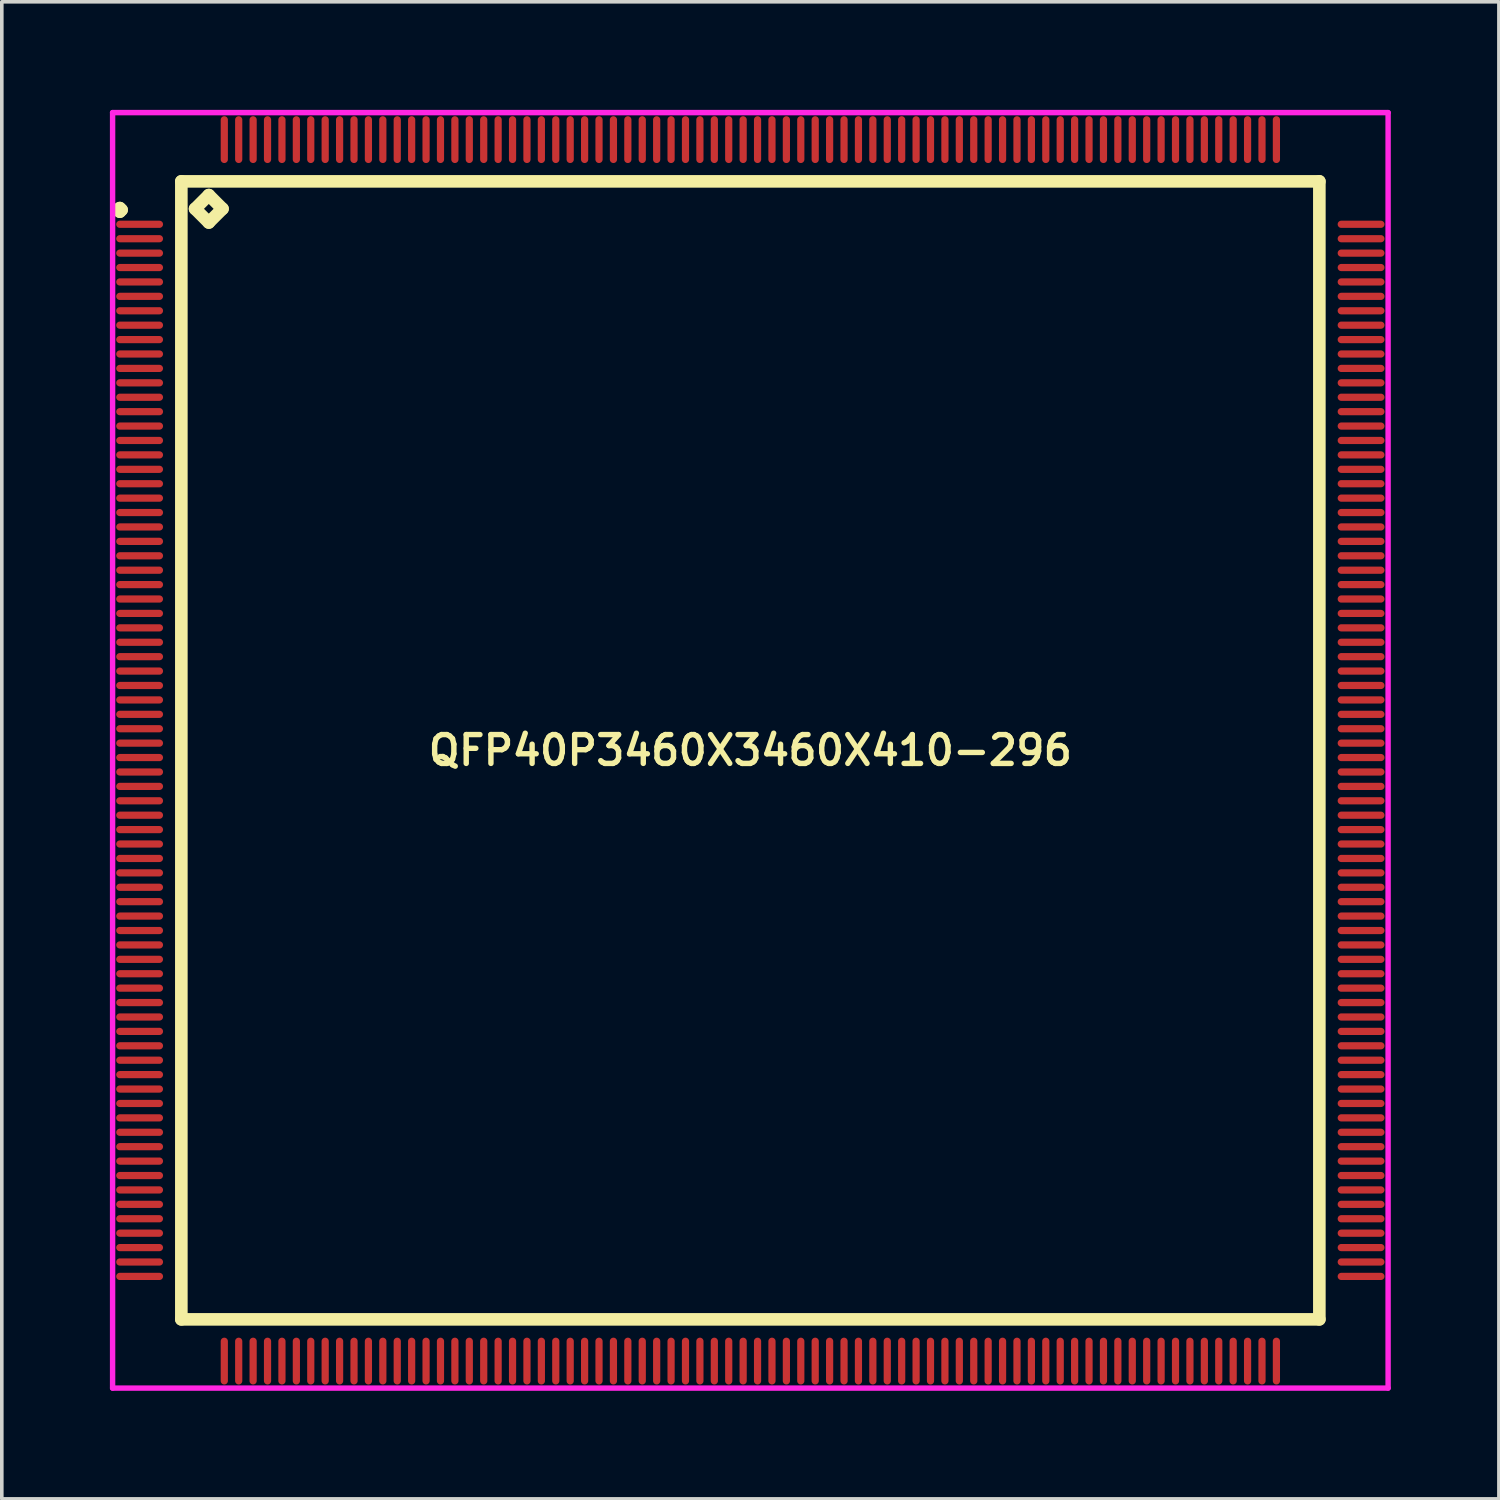
<source format=kicad_pcb>
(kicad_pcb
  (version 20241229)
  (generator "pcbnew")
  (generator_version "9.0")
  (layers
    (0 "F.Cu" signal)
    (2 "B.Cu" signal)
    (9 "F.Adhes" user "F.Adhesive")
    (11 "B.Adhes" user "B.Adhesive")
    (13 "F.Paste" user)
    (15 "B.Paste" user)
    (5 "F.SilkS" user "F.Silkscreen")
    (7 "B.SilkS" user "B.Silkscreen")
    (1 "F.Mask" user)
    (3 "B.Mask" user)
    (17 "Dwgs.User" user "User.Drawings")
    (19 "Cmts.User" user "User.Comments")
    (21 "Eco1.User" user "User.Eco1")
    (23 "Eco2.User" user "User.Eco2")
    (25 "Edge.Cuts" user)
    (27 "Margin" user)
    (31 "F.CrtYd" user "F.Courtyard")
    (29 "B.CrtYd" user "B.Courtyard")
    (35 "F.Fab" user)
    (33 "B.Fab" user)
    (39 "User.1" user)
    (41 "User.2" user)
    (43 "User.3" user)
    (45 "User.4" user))
  (footprint "QFP40P3460X3460X410-296"
    (layer "F.Cu")
    (at 17.775 17.775)
    (property "Reference" "QFP40P3460X3460X410-296" (at 0 0 0) (layer "F.SilkS") (effects (font (size 0.8 0.8) (thickness 0.15))))
    (attr through_hole)
    (fp_line (start -17.55 -15) (end -17.5 -15.05) (stroke (width 0.35) (type solid)) (layer "F.SilkS"))
    (fp_line (start -17.5 -15.05) (end -17.45 -15) (stroke (width 0.35) (type solid)) (layer "F.SilkS"))
    (fp_line (start -17.5 -14.95) (end -17.55 -15) (stroke (width 0.35) (type solid)) (layer "F.SilkS"))
    (fp_line (start -17.45 -15) (end -17.5 -14.95) (stroke (width 0.35) (type solid)) (layer "F.SilkS"))
    (fp_line (start -15.792 -15.792) (end -15.792 15.792) (stroke (width 0.35) (type solid)) (layer "F.SilkS"))
    (fp_line (start -15.792 15.792) (end 15.792 15.792) (stroke (width 0.35) (type solid)) (layer "F.SilkS"))
    (fp_line (start -15.411 -15.03) (end -15.03 -15.411) (stroke (width 0.35) (type solid)) (layer "F.SilkS"))
    (fp_line (start -15.03 -15.411) (end -14.649 -15.03) (stroke (width 0.35) (type solid)) (layer "F.SilkS"))
    (fp_line (start -15.03 -14.649) (end -15.411 -15.03) (stroke (width 0.35) (type solid)) (layer "F.SilkS"))
    (fp_line (start -14.649 -15.03) (end -15.03 -14.649) (stroke (width 0.35) (type solid)) (layer "F.SilkS"))
    (fp_line (start 15.792 -15.792) (end -15.792 -15.792) (stroke (width 0.35) (type solid)) (layer "F.SilkS"))
    (fp_line (start 15.792 15.792) (end 15.792 -15.792) (stroke (width 0.35) (type solid)) (layer "F.SilkS"))
    (fp_line (start -17.7 -17.7) (end 17.7 -17.7) (stroke (width 0.15) (type solid)) (layer "F.CrtYd"))
    (fp_line (start -17.7 17.7) (end -17.7 -17.7) (stroke (width 0.15) (type solid)) (layer "F.CrtYd"))
    (fp_line (start 17.7 -17.7) (end 17.7 17.7) (stroke (width 0.15) (type solid)) (layer "F.CrtYd"))
    (fp_line (start 17.7 17.7) (end -17.7 17.7) (stroke (width 0.15) (type solid)) (layer "F.CrtYd"))
    (pad "1" smd oval (at -16.95 -14.6) (size 1.3 0.2) (layers "F.Cu" "F.Mask" "F.Paste"))
    (pad "2" smd oval (at -16.95 -14.2) (size 1.3 0.2) (layers "F.Cu" "F.Mask" "F.Paste"))
    (pad "3" smd oval (at -16.95 -13.8) (size 1.3 0.2) (layers "F.Cu" "F.Mask" "F.Paste"))
    (pad "4" smd oval (at -16.95 -13.4) (size 1.3 0.2) (layers "F.Cu" "F.Mask" "F.Paste"))
    (pad "5" smd oval (at -16.95 -13) (size 1.3 0.2) (layers "F.Cu" "F.Mask" "F.Paste"))
    (pad "6" smd oval (at -16.95 -12.6) (size 1.3 0.2) (layers "F.Cu" "F.Mask" "F.Paste"))
    (pad "7" smd oval (at -16.95 -12.2) (size 1.3 0.2) (layers "F.Cu" "F.Mask" "F.Paste"))
    (pad "8" smd oval (at -16.95 -11.8) (size 1.3 0.2) (layers "F.Cu" "F.Mask" "F.Paste"))
    (pad "9" smd oval (at -16.95 -11.4) (size 1.3 0.2) (layers "F.Cu" "F.Mask" "F.Paste"))
    (pad "10" smd oval (at -16.95 -11) (size 1.3 0.2) (layers "F.Cu" "F.Mask" "F.Paste"))
    (pad "11" smd oval (at -16.95 -10.6) (size 1.3 0.2) (layers "F.Cu" "F.Mask" "F.Paste"))
    (pad "12" smd oval (at -16.95 -10.2) (size 1.3 0.2) (layers "F.Cu" "F.Mask" "F.Paste"))
    (pad "13" smd oval (at -16.95 -9.8) (size 1.3 0.2) (layers "F.Cu" "F.Mask" "F.Paste"))
    (pad "14" smd oval (at -16.95 -9.4) (size 1.3 0.2) (layers "F.Cu" "F.Mask" "F.Paste"))
    (pad "15" smd oval (at -16.95 -9) (size 1.3 0.2) (layers "F.Cu" "F.Mask" "F.Paste"))
    (pad "16" smd oval (at -16.95 -8.6) (size 1.3 0.2) (layers "F.Cu" "F.Mask" "F.Paste"))
    (pad "17" smd oval (at -16.95 -8.2) (size 1.3 0.2) (layers "F.Cu" "F.Mask" "F.Paste"))
    (pad "18" smd oval (at -16.95 -7.8) (size 1.3 0.2) (layers "F.Cu" "F.Mask" "F.Paste"))
    (pad "19" smd oval (at -16.95 -7.4) (size 1.3 0.2) (layers "F.Cu" "F.Mask" "F.Paste"))
    (pad "20" smd oval (at -16.95 -7) (size 1.3 0.2) (layers "F.Cu" "F.Mask" "F.Paste"))
    (pad "21" smd oval (at -16.95 -6.6) (size 1.3 0.2) (layers "F.Cu" "F.Mask" "F.Paste"))
    (pad "22" smd oval (at -16.95 -6.2) (size 1.3 0.2) (layers "F.Cu" "F.Mask" "F.Paste"))
    (pad "23" smd oval (at -16.95 -5.8) (size 1.3 0.2) (layers "F.Cu" "F.Mask" "F.Paste"))
    (pad "24" smd oval (at -16.95 -5.4) (size 1.3 0.2) (layers "F.Cu" "F.Mask" "F.Paste"))
    (pad "25" smd oval (at -16.95 -5) (size 1.3 0.2) (layers "F.Cu" "F.Mask" "F.Paste"))
    (pad "26" smd oval (at -16.95 -4.6) (size 1.3 0.2) (layers "F.Cu" "F.Mask" "F.Paste"))
    (pad "27" smd oval (at -16.95 -4.2) (size 1.3 0.2) (layers "F.Cu" "F.Mask" "F.Paste"))
    (pad "28" smd oval (at -16.95 -3.8) (size 1.3 0.2) (layers "F.Cu" "F.Mask" "F.Paste"))
    (pad "29" smd oval (at -16.95 -3.4) (size 1.3 0.2) (layers "F.Cu" "F.Mask" "F.Paste"))
    (pad "30" smd oval (at -16.95 -3) (size 1.3 0.2) (layers "F.Cu" "F.Mask" "F.Paste"))
    (pad "31" smd oval (at -16.95 -2.6) (size 1.3 0.2) (layers "F.Cu" "F.Mask" "F.Paste"))
    (pad "32" smd oval (at -16.95 -2.2) (size 1.3 0.2) (layers "F.Cu" "F.Mask" "F.Paste"))
    (pad "33" smd oval (at -16.95 -1.8) (size 1.3 0.2) (layers "F.Cu" "F.Mask" "F.Paste"))
    (pad "34" smd oval (at -16.95 -1.4) (size 1.3 0.2) (layers "F.Cu" "F.Mask" "F.Paste"))
    (pad "35" smd oval (at -16.95 -1) (size 1.3 0.2) (layers "F.Cu" "F.Mask" "F.Paste"))
    (pad "36" smd oval (at -16.95 -0.6) (size 1.3 0.2) (layers "F.Cu" "F.Mask" "F.Paste"))
    (pad "37" smd oval (at -16.95 -0.2) (size 1.3 0.2) (layers "F.Cu" "F.Mask" "F.Paste"))
    (pad "38" smd oval (at -16.95 0.2) (size 1.3 0.2) (layers "F.Cu" "F.Mask" "F.Paste"))
    (pad "39" smd oval (at -16.95 0.6) (size 1.3 0.2) (layers "F.Cu" "F.Mask" "F.Paste"))
    (pad "40" smd oval (at -16.95 1) (size 1.3 0.2) (layers "F.Cu" "F.Mask" "F.Paste"))
    (pad "41" smd oval (at -16.95 1.4) (size 1.3 0.2) (layers "F.Cu" "F.Mask" "F.Paste"))
    (pad "42" smd oval (at -16.95 1.8) (size 1.3 0.2) (layers "F.Cu" "F.Mask" "F.Paste"))
    (pad "43" smd oval (at -16.95 2.2) (size 1.3 0.2) (layers "F.Cu" "F.Mask" "F.Paste"))
    (pad "44" smd oval (at -16.95 2.6) (size 1.3 0.2) (layers "F.Cu" "F.Mask" "F.Paste"))
    (pad "45" smd oval (at -16.95 3) (size 1.3 0.2) (layers "F.Cu" "F.Mask" "F.Paste"))
    (pad "46" smd oval (at -16.95 3.4) (size 1.3 0.2) (layers "F.Cu" "F.Mask" "F.Paste"))
    (pad "47" smd oval (at -16.95 3.8) (size 1.3 0.2) (layers "F.Cu" "F.Mask" "F.Paste"))
    (pad "48" smd oval (at -16.95 4.2) (size 1.3 0.2) (layers "F.Cu" "F.Mask" "F.Paste"))
    (pad "49" smd oval (at -16.95 4.6) (size 1.3 0.2) (layers "F.Cu" "F.Mask" "F.Paste"))
    (pad "50" smd oval (at -16.95 5) (size 1.3 0.2) (layers "F.Cu" "F.Mask" "F.Paste"))
    (pad "51" smd oval (at -16.95 5.4) (size 1.3 0.2) (layers "F.Cu" "F.Mask" "F.Paste"))
    (pad "52" smd oval (at -16.95 5.8) (size 1.3 0.2) (layers "F.Cu" "F.Mask" "F.Paste"))
    (pad "53" smd oval (at -16.95 6.2) (size 1.3 0.2) (layers "F.Cu" "F.Mask" "F.Paste"))
    (pad "54" smd oval (at -16.95 6.6) (size 1.3 0.2) (layers "F.Cu" "F.Mask" "F.Paste"))
    (pad "55" smd oval (at -16.95 7) (size 1.3 0.2) (layers "F.Cu" "F.Mask" "F.Paste"))
    (pad "56" smd oval (at -16.95 7.4) (size 1.3 0.2) (layers "F.Cu" "F.Mask" "F.Paste"))
    (pad "57" smd oval (at -16.95 7.8) (size 1.3 0.2) (layers "F.Cu" "F.Mask" "F.Paste"))
    (pad "58" smd oval (at -16.95 8.2) (size 1.3 0.2) (layers "F.Cu" "F.Mask" "F.Paste"))
    (pad "59" smd oval (at -16.95 8.6) (size 1.3 0.2) (layers "F.Cu" "F.Mask" "F.Paste"))
    (pad "60" smd oval (at -16.95 9) (size 1.3 0.2) (layers "F.Cu" "F.Mask" "F.Paste"))
    (pad "61" smd oval (at -16.95 9.4) (size 1.3 0.2) (layers "F.Cu" "F.Mask" "F.Paste"))
    (pad "62" smd oval (at -16.95 9.8) (size 1.3 0.2) (layers "F.Cu" "F.Mask" "F.Paste"))
    (pad "63" smd oval (at -16.95 10.2) (size 1.3 0.2) (layers "F.Cu" "F.Mask" "F.Paste"))
    (pad "64" smd oval (at -16.95 10.6) (size 1.3 0.2) (layers "F.Cu" "F.Mask" "F.Paste"))
    (pad "65" smd oval (at -16.95 11) (size 1.3 0.2) (layers "F.Cu" "F.Mask" "F.Paste"))
    (pad "66" smd oval (at -16.95 11.4) (size 1.3 0.2) (layers "F.Cu" "F.Mask" "F.Paste"))
    (pad "67" smd oval (at -16.95 11.8) (size 1.3 0.2) (layers "F.Cu" "F.Mask" "F.Paste"))
    (pad "68" smd oval (at -16.95 12.2) (size 1.3 0.2) (layers "F.Cu" "F.Mask" "F.Paste"))
    (pad "69" smd oval (at -16.95 12.6) (size 1.3 0.2) (layers "F.Cu" "F.Mask" "F.Paste"))
    (pad "70" smd oval (at -16.95 13) (size 1.3 0.2) (layers "F.Cu" "F.Mask" "F.Paste"))
    (pad "71" smd oval (at -16.95 13.4) (size 1.3 0.2) (layers "F.Cu" "F.Mask" "F.Paste"))
    (pad "72" smd oval (at -16.95 13.8) (size 1.3 0.2) (layers "F.Cu" "F.Mask" "F.Paste"))
    (pad "73" smd oval (at -16.95 14.2) (size 1.3 0.2) (layers "F.Cu" "F.Mask" "F.Paste"))
    (pad "74" smd oval (at -16.95 14.6) (size 1.3 0.2) (layers "F.Cu" "F.Mask" "F.Paste"))
    (pad "75" smd oval (at -14.6 16.95) (size 0.2 1.3) (layers "F.Cu" "F.Mask" "F.Paste"))
    (pad "76" smd oval (at -14.2 16.95) (size 0.2 1.3) (layers "F.Cu" "F.Mask" "F.Paste"))
    (pad "77" smd oval (at -13.8 16.95) (size 0.2 1.3) (layers "F.Cu" "F.Mask" "F.Paste"))
    (pad "78" smd oval (at -13.4 16.95) (size 0.2 1.3) (layers "F.Cu" "F.Mask" "F.Paste"))
    (pad "79" smd oval (at -13 16.95) (size 0.2 1.3) (layers "F.Cu" "F.Mask" "F.Paste"))
    (pad "80" smd oval (at -12.6 16.95) (size 0.2 1.3) (layers "F.Cu" "F.Mask" "F.Paste"))
    (pad "81" smd oval (at -12.2 16.95) (size 0.2 1.3) (layers "F.Cu" "F.Mask" "F.Paste"))
    (pad "82" smd oval (at -11.8 16.95) (size 0.2 1.3) (layers "F.Cu" "F.Mask" "F.Paste"))
    (pad "83" smd oval (at -11.4 16.95) (size 0.2 1.3) (layers "F.Cu" "F.Mask" "F.Paste"))
    (pad "84" smd oval (at -11 16.95) (size 0.2 1.3) (layers "F.Cu" "F.Mask" "F.Paste"))
    (pad "85" smd oval (at -10.6 16.95) (size 0.2 1.3) (layers "F.Cu" "F.Mask" "F.Paste"))
    (pad "86" smd oval (at -10.2 16.95) (size 0.2 1.3) (layers "F.Cu" "F.Mask" "F.Paste"))
    (pad "87" smd oval (at -9.8 16.95) (size 0.2 1.3) (layers "F.Cu" "F.Mask" "F.Paste"))
    (pad "88" smd oval (at -9.4 16.95) (size 0.2 1.3) (layers "F.Cu" "F.Mask" "F.Paste"))
    (pad "89" smd oval (at -9 16.95) (size 0.2 1.3) (layers "F.Cu" "F.Mask" "F.Paste"))
    (pad "90" smd oval (at -8.6 16.95) (size 0.2 1.3) (layers "F.Cu" "F.Mask" "F.Paste"))
    (pad "91" smd oval (at -8.2 16.95) (size 0.2 1.3) (layers "F.Cu" "F.Mask" "F.Paste"))
    (pad "92" smd oval (at -7.8 16.95) (size 0.2 1.3) (layers "F.Cu" "F.Mask" "F.Paste"))
    (pad "93" smd oval (at -7.4 16.95) (size 0.2 1.3) (layers "F.Cu" "F.Mask" "F.Paste"))
    (pad "94" smd oval (at -7 16.95) (size 0.2 1.3) (layers "F.Cu" "F.Mask" "F.Paste"))
    (pad "95" smd oval (at -6.6 16.95) (size 0.2 1.3) (layers "F.Cu" "F.Mask" "F.Paste"))
    (pad "96" smd oval (at -6.2 16.95) (size 0.2 1.3) (layers "F.Cu" "F.Mask" "F.Paste"))
    (pad "97" smd oval (at -5.8 16.95) (size 0.2 1.3) (layers "F.Cu" "F.Mask" "F.Paste"))
    (pad "98" smd oval (at -5.4 16.95) (size 0.2 1.3) (layers "F.Cu" "F.Mask" "F.Paste"))
    (pad "99" smd oval (at -5 16.95) (size 0.2 1.3) (layers "F.Cu" "F.Mask" "F.Paste"))
    (pad "100" smd oval (at -4.6 16.95) (size 0.2 1.3) (layers "F.Cu" "F.Mask" "F.Paste"))
    (pad "101" smd oval (at -4.2 16.95) (size 0.2 1.3) (layers "F.Cu" "F.Mask" "F.Paste"))
    (pad "102" smd oval (at -3.8 16.95) (size 0.2 1.3) (layers "F.Cu" "F.Mask" "F.Paste"))
    (pad "103" smd oval (at -3.4 16.95) (size 0.2 1.3) (layers "F.Cu" "F.Mask" "F.Paste"))
    (pad "104" smd oval (at -3 16.95) (size 0.2 1.3) (layers "F.Cu" "F.Mask" "F.Paste"))
    (pad "105" smd oval (at -2.6 16.95) (size 0.2 1.3) (layers "F.Cu" "F.Mask" "F.Paste"))
    (pad "106" smd oval (at -2.2 16.95) (size 0.2 1.3) (layers "F.Cu" "F.Mask" "F.Paste"))
    (pad "107" smd oval (at -1.8 16.95) (size 0.2 1.3) (layers "F.Cu" "F.Mask" "F.Paste"))
    (pad "108" smd oval (at -1.4 16.95) (size 0.2 1.3) (layers "F.Cu" "F.Mask" "F.Paste"))
    (pad "109" smd oval (at -1 16.95) (size 0.2 1.3) (layers "F.Cu" "F.Mask" "F.Paste"))
    (pad "110" smd oval (at -0.6 16.95) (size 0.2 1.3) (layers "F.Cu" "F.Mask" "F.Paste"))
    (pad "111" smd oval (at -0.2 16.95) (size 0.2 1.3) (layers "F.Cu" "F.Mask" "F.Paste"))
    (pad "112" smd oval (at 0.2 16.95) (size 0.2 1.3) (layers "F.Cu" "F.Mask" "F.Paste"))
    (pad "113" smd oval (at 0.6 16.95) (size 0.2 1.3) (layers "F.Cu" "F.Mask" "F.Paste"))
    (pad "114" smd oval (at 1 16.95) (size 0.2 1.3) (layers "F.Cu" "F.Mask" "F.Paste"))
    (pad "115" smd oval (at 1.4 16.95) (size 0.2 1.3) (layers "F.Cu" "F.Mask" "F.Paste"))
    (pad "116" smd oval (at 1.8 16.95) (size 0.2 1.3) (layers "F.Cu" "F.Mask" "F.Paste"))
    (pad "117" smd oval (at 2.2 16.95) (size 0.2 1.3) (layers "F.Cu" "F.Mask" "F.Paste"))
    (pad "118" smd oval (at 2.6 16.95) (size 0.2 1.3) (layers "F.Cu" "F.Mask" "F.Paste"))
    (pad "119" smd oval (at 3 16.95) (size 0.2 1.3) (layers "F.Cu" "F.Mask" "F.Paste"))
    (pad "120" smd oval (at 3.4 16.95) (size 0.2 1.3) (layers "F.Cu" "F.Mask" "F.Paste"))
    (pad "121" smd oval (at 3.8 16.95) (size 0.2 1.3) (layers "F.Cu" "F.Mask" "F.Paste"))
    (pad "122" smd oval (at 4.2 16.95) (size 0.2 1.3) (layers "F.Cu" "F.Mask" "F.Paste"))
    (pad "123" smd oval (at 4.6 16.95) (size 0.2 1.3) (layers "F.Cu" "F.Mask" "F.Paste"))
    (pad "124" smd oval (at 5 16.95) (size 0.2 1.3) (layers "F.Cu" "F.Mask" "F.Paste"))
    (pad "125" smd oval (at 5.4 16.95) (size 0.2 1.3) (layers "F.Cu" "F.Mask" "F.Paste"))
    (pad "126" smd oval (at 5.8 16.95) (size 0.2 1.3) (layers "F.Cu" "F.Mask" "F.Paste"))
    (pad "127" smd oval (at 6.2 16.95) (size 0.2 1.3) (layers "F.Cu" "F.Mask" "F.Paste"))
    (pad "128" smd oval (at 6.6 16.95) (size 0.2 1.3) (layers "F.Cu" "F.Mask" "F.Paste"))
    (pad "129" smd oval (at 7 16.95) (size 0.2 1.3) (layers "F.Cu" "F.Mask" "F.Paste"))
    (pad "130" smd oval (at 7.4 16.95) (size 0.2 1.3) (layers "F.Cu" "F.Mask" "F.Paste"))
    (pad "131" smd oval (at 7.8 16.95) (size 0.2 1.3) (layers "F.Cu" "F.Mask" "F.Paste"))
    (pad "132" smd oval (at 8.2 16.95) (size 0.2 1.3) (layers "F.Cu" "F.Mask" "F.Paste"))
    (pad "133" smd oval (at 8.6 16.95) (size 0.2 1.3) (layers "F.Cu" "F.Mask" "F.Paste"))
    (pad "134" smd oval (at 9 16.95) (size 0.2 1.3) (layers "F.Cu" "F.Mask" "F.Paste"))
    (pad "135" smd oval (at 9.4 16.95) (size 0.2 1.3) (layers "F.Cu" "F.Mask" "F.Paste"))
    (pad "136" smd oval (at 9.8 16.95) (size 0.2 1.3) (layers "F.Cu" "F.Mask" "F.Paste"))
    (pad "137" smd oval (at 10.2 16.95) (size 0.2 1.3) (layers "F.Cu" "F.Mask" "F.Paste"))
    (pad "138" smd oval (at 10.6 16.95) (size 0.2 1.3) (layers "F.Cu" "F.Mask" "F.Paste"))
    (pad "139" smd oval (at 11 16.95) (size 0.2 1.3) (layers "F.Cu" "F.Mask" "F.Paste"))
    (pad "140" smd oval (at 11.4 16.95) (size 0.2 1.3) (layers "F.Cu" "F.Mask" "F.Paste"))
    (pad "141" smd oval (at 11.8 16.95) (size 0.2 1.3) (layers "F.Cu" "F.Mask" "F.Paste"))
    (pad "142" smd oval (at 12.2 16.95) (size 0.2 1.3) (layers "F.Cu" "F.Mask" "F.Paste"))
    (pad "143" smd oval (at 12.6 16.95) (size 0.2 1.3) (layers "F.Cu" "F.Mask" "F.Paste"))
    (pad "144" smd oval (at 13 16.95) (size 0.2 1.3) (layers "F.Cu" "F.Mask" "F.Paste"))
    (pad "145" smd oval (at 13.4 16.95) (size 0.2 1.3) (layers "F.Cu" "F.Mask" "F.Paste"))
    (pad "146" smd oval (at 13.8 16.95) (size 0.2 1.3) (layers "F.Cu" "F.Mask" "F.Paste"))
    (pad "147" smd oval (at 14.2 16.95) (size 0.2 1.3) (layers "F.Cu" "F.Mask" "F.Paste"))
    (pad "148" smd oval (at 14.6 16.95) (size 0.2 1.3) (layers "F.Cu" "F.Mask" "F.Paste"))
    (pad "149" smd oval (at 16.95 14.6) (size 1.3 0.2) (layers "F.Cu" "F.Mask" "F.Paste"))
    (pad "150" smd oval (at 16.95 14.2) (size 1.3 0.2) (layers "F.Cu" "F.Mask" "F.Paste"))
    (pad "151" smd oval (at 16.95 13.8) (size 1.3 0.2) (layers "F.Cu" "F.Mask" "F.Paste"))
    (pad "152" smd oval (at 16.95 13.4) (size 1.3 0.2) (layers "F.Cu" "F.Mask" "F.Paste"))
    (pad "153" smd oval (at 16.95 13) (size 1.3 0.2) (layers "F.Cu" "F.Mask" "F.Paste"))
    (pad "154" smd oval (at 16.95 12.6) (size 1.3 0.2) (layers "F.Cu" "F.Mask" "F.Paste"))
    (pad "155" smd oval (at 16.95 12.2) (size 1.3 0.2) (layers "F.Cu" "F.Mask" "F.Paste"))
    (pad "156" smd oval (at 16.95 11.8) (size 1.3 0.2) (layers "F.Cu" "F.Mask" "F.Paste"))
    (pad "157" smd oval (at 16.95 11.4) (size 1.3 0.2) (layers "F.Cu" "F.Mask" "F.Paste"))
    (pad "158" smd oval (at 16.95 11) (size 1.3 0.2) (layers "F.Cu" "F.Mask" "F.Paste"))
    (pad "159" smd oval (at 16.95 10.6) (size 1.3 0.2) (layers "F.Cu" "F.Mask" "F.Paste"))
    (pad "160" smd oval (at 16.95 10.2) (size 1.3 0.2) (layers "F.Cu" "F.Mask" "F.Paste"))
    (pad "161" smd oval (at 16.95 9.8) (size 1.3 0.2) (layers "F.Cu" "F.Mask" "F.Paste"))
    (pad "162" smd oval (at 16.95 9.4) (size 1.3 0.2) (layers "F.Cu" "F.Mask" "F.Paste"))
    (pad "163" smd oval (at 16.95 9) (size 1.3 0.2) (layers "F.Cu" "F.Mask" "F.Paste"))
    (pad "164" smd oval (at 16.95 8.6) (size 1.3 0.2) (layers "F.Cu" "F.Mask" "F.Paste"))
    (pad "165" smd oval (at 16.95 8.2) (size 1.3 0.2) (layers "F.Cu" "F.Mask" "F.Paste"))
    (pad "166" smd oval (at 16.95 7.8) (size 1.3 0.2) (layers "F.Cu" "F.Mask" "F.Paste"))
    (pad "167" smd oval (at 16.95 7.4) (size 1.3 0.2) (layers "F.Cu" "F.Mask" "F.Paste"))
    (pad "168" smd oval (at 16.95 7) (size 1.3 0.2) (layers "F.Cu" "F.Mask" "F.Paste"))
    (pad "169" smd oval (at 16.95 6.6) (size 1.3 0.2) (layers "F.Cu" "F.Mask" "F.Paste"))
    (pad "170" smd oval (at 16.95 6.2) (size 1.3 0.2) (layers "F.Cu" "F.Mask" "F.Paste"))
    (pad "171" smd oval (at 16.95 5.8) (size 1.3 0.2) (layers "F.Cu" "F.Mask" "F.Paste"))
    (pad "172" smd oval (at 16.95 5.4) (size 1.3 0.2) (layers "F.Cu" "F.Mask" "F.Paste"))
    (pad "173" smd oval (at 16.95 5) (size 1.3 0.2) (layers "F.Cu" "F.Mask" "F.Paste"))
    (pad "174" smd oval (at 16.95 4.6) (size 1.3 0.2) (layers "F.Cu" "F.Mask" "F.Paste"))
    (pad "175" smd oval (at 16.95 4.2) (size 1.3 0.2) (layers "F.Cu" "F.Mask" "F.Paste"))
    (pad "176" smd oval (at 16.95 3.8) (size 1.3 0.2) (layers "F.Cu" "F.Mask" "F.Paste"))
    (pad "177" smd oval (at 16.95 3.4) (size 1.3 0.2) (layers "F.Cu" "F.Mask" "F.Paste"))
    (pad "178" smd oval (at 16.95 3) (size 1.3 0.2) (layers "F.Cu" "F.Mask" "F.Paste"))
    (pad "179" smd oval (at 16.95 2.6) (size 1.3 0.2) (layers "F.Cu" "F.Mask" "F.Paste"))
    (pad "180" smd oval (at 16.95 2.2) (size 1.3 0.2) (layers "F.Cu" "F.Mask" "F.Paste"))
    (pad "181" smd oval (at 16.95 1.8) (size 1.3 0.2) (layers "F.Cu" "F.Mask" "F.Paste"))
    (pad "182" smd oval (at 16.95 1.4) (size 1.3 0.2) (layers "F.Cu" "F.Mask" "F.Paste"))
    (pad "183" smd oval (at 16.95 1) (size 1.3 0.2) (layers "F.Cu" "F.Mask" "F.Paste"))
    (pad "184" smd oval (at 16.95 0.6) (size 1.3 0.2) (layers "F.Cu" "F.Mask" "F.Paste"))
    (pad "185" smd oval (at 16.95 0.2) (size 1.3 0.2) (layers "F.Cu" "F.Mask" "F.Paste"))
    (pad "186" smd oval (at 16.95 -0.2) (size 1.3 0.2) (layers "F.Cu" "F.Mask" "F.Paste"))
    (pad "187" smd oval (at 16.95 -0.6) (size 1.3 0.2) (layers "F.Cu" "F.Mask" "F.Paste"))
    (pad "188" smd oval (at 16.95 -1) (size 1.3 0.2) (layers "F.Cu" "F.Mask" "F.Paste"))
    (pad "189" smd oval (at 16.95 -1.4) (size 1.3 0.2) (layers "F.Cu" "F.Mask" "F.Paste"))
    (pad "190" smd oval (at 16.95 -1.8) (size 1.3 0.2) (layers "F.Cu" "F.Mask" "F.Paste"))
    (pad "191" smd oval (at 16.95 -2.2) (size 1.3 0.2) (layers "F.Cu" "F.Mask" "F.Paste"))
    (pad "192" smd oval (at 16.95 -2.6) (size 1.3 0.2) (layers "F.Cu" "F.Mask" "F.Paste"))
    (pad "193" smd oval (at 16.95 -3) (size 1.3 0.2) (layers "F.Cu" "F.Mask" "F.Paste"))
    (pad "194" smd oval (at 16.95 -3.4) (size 1.3 0.2) (layers "F.Cu" "F.Mask" "F.Paste"))
    (pad "195" smd oval (at 16.95 -3.8) (size 1.3 0.2) (layers "F.Cu" "F.Mask" "F.Paste"))
    (pad "196" smd oval (at 16.95 -4.2) (size 1.3 0.2) (layers "F.Cu" "F.Mask" "F.Paste"))
    (pad "197" smd oval (at 16.95 -4.6) (size 1.3 0.2) (layers "F.Cu" "F.Mask" "F.Paste"))
    (pad "198" smd oval (at 16.95 -5) (size 1.3 0.2) (layers "F.Cu" "F.Mask" "F.Paste"))
    (pad "199" smd oval (at 16.95 -5.4) (size 1.3 0.2) (layers "F.Cu" "F.Mask" "F.Paste"))
    (pad "200" smd oval (at 16.95 -5.8) (size 1.3 0.2) (layers "F.Cu" "F.Mask" "F.Paste"))
    (pad "201" smd oval (at 16.95 -6.2) (size 1.3 0.2) (layers "F.Cu" "F.Mask" "F.Paste"))
    (pad "202" smd oval (at 16.95 -6.6) (size 1.3 0.2) (layers "F.Cu" "F.Mask" "F.Paste"))
    (pad "203" smd oval (at 16.95 -7) (size 1.3 0.2) (layers "F.Cu" "F.Mask" "F.Paste"))
    (pad "204" smd oval (at 16.95 -7.4) (size 1.3 0.2) (layers "F.Cu" "F.Mask" "F.Paste"))
    (pad "205" smd oval (at 16.95 -7.8) (size 1.3 0.2) (layers "F.Cu" "F.Mask" "F.Paste"))
    (pad "206" smd oval (at 16.95 -8.2) (size 1.3 0.2) (layers "F.Cu" "F.Mask" "F.Paste"))
    (pad "207" smd oval (at 16.95 -8.6) (size 1.3 0.2) (layers "F.Cu" "F.Mask" "F.Paste"))
    (pad "208" smd oval (at 16.95 -9) (size 1.3 0.2) (layers "F.Cu" "F.Mask" "F.Paste"))
    (pad "209" smd oval (at 16.95 -9.4) (size 1.3 0.2) (layers "F.Cu" "F.Mask" "F.Paste"))
    (pad "210" smd oval (at 16.95 -9.8) (size 1.3 0.2) (layers "F.Cu" "F.Mask" "F.Paste"))
    (pad "211" smd oval (at 16.95 -10.2) (size 1.3 0.2) (layers "F.Cu" "F.Mask" "F.Paste"))
    (pad "212" smd oval (at 16.95 -10.6) (size 1.3 0.2) (layers "F.Cu" "F.Mask" "F.Paste"))
    (pad "213" smd oval (at 16.95 -11) (size 1.3 0.2) (layers "F.Cu" "F.Mask" "F.Paste"))
    (pad "214" smd oval (at 16.95 -11.4) (size 1.3 0.2) (layers "F.Cu" "F.Mask" "F.Paste"))
    (pad "215" smd oval (at 16.95 -11.8) (size 1.3 0.2) (layers "F.Cu" "F.Mask" "F.Paste"))
    (pad "216" smd oval (at 16.95 -12.2) (size 1.3 0.2) (layers "F.Cu" "F.Mask" "F.Paste"))
    (pad "217" smd oval (at 16.95 -12.6) (size 1.3 0.2) (layers "F.Cu" "F.Mask" "F.Paste"))
    (pad "218" smd oval (at 16.95 -13) (size 1.3 0.2) (layers "F.Cu" "F.Mask" "F.Paste"))
    (pad "219" smd oval (at 16.95 -13.4) (size 1.3 0.2) (layers "F.Cu" "F.Mask" "F.Paste"))
    (pad "220" smd oval (at 16.95 -13.8) (size 1.3 0.2) (layers "F.Cu" "F.Mask" "F.Paste"))
    (pad "221" smd oval (at 16.95 -14.2) (size 1.3 0.2) (layers "F.Cu" "F.Mask" "F.Paste"))
    (pad "222" smd oval (at 16.95 -14.6) (size 1.3 0.2) (layers "F.Cu" "F.Mask" "F.Paste"))
    (pad "223" smd oval (at 14.6 -16.95) (size 0.2 1.3) (layers "F.Cu" "F.Mask" "F.Paste"))
    (pad "224" smd oval (at 14.2 -16.95) (size 0.2 1.3) (layers "F.Cu" "F.Mask" "F.Paste"))
    (pad "225" smd oval (at 13.8 -16.95) (size 0.2 1.3) (layers "F.Cu" "F.Mask" "F.Paste"))
    (pad "226" smd oval (at 13.4 -16.95) (size 0.2 1.3) (layers "F.Cu" "F.Mask" "F.Paste"))
    (pad "227" smd oval (at 13 -16.95) (size 0.2 1.3) (layers "F.Cu" "F.Mask" "F.Paste"))
    (pad "228" smd oval (at 12.6 -16.95) (size 0.2 1.3) (layers "F.Cu" "F.Mask" "F.Paste"))
    (pad "229" smd oval (at 12.2 -16.95) (size 0.2 1.3) (layers "F.Cu" "F.Mask" "F.Paste"))
    (pad "230" smd oval (at 11.8 -16.95) (size 0.2 1.3) (layers "F.Cu" "F.Mask" "F.Paste"))
    (pad "231" smd oval (at 11.4 -16.95) (size 0.2 1.3) (layers "F.Cu" "F.Mask" "F.Paste"))
    (pad "232" smd oval (at 11 -16.95) (size 0.2 1.3) (layers "F.Cu" "F.Mask" "F.Paste"))
    (pad "233" smd oval (at 10.6 -16.95) (size 0.2 1.3) (layers "F.Cu" "F.Mask" "F.Paste"))
    (pad "234" smd oval (at 10.2 -16.95) (size 0.2 1.3) (layers "F.Cu" "F.Mask" "F.Paste"))
    (pad "235" smd oval (at 9.8 -16.95) (size 0.2 1.3) (layers "F.Cu" "F.Mask" "F.Paste"))
    (pad "236" smd oval (at 9.4 -16.95) (size 0.2 1.3) (layers "F.Cu" "F.Mask" "F.Paste"))
    (pad "237" smd oval (at 9 -16.95) (size 0.2 1.3) (layers "F.Cu" "F.Mask" "F.Paste"))
    (pad "238" smd oval (at 8.6 -16.95) (size 0.2 1.3) (layers "F.Cu" "F.Mask" "F.Paste"))
    (pad "239" smd oval (at 8.2 -16.95) (size 0.2 1.3) (layers "F.Cu" "F.Mask" "F.Paste"))
    (pad "240" smd oval (at 7.8 -16.95) (size 0.2 1.3) (layers "F.Cu" "F.Mask" "F.Paste"))
    (pad "241" smd oval (at 7.4 -16.95) (size 0.2 1.3) (layers "F.Cu" "F.Mask" "F.Paste"))
    (pad "242" smd oval (at 7 -16.95) (size 0.2 1.3) (layers "F.Cu" "F.Mask" "F.Paste"))
    (pad "243" smd oval (at 6.6 -16.95) (size 0.2 1.3) (layers "F.Cu" "F.Mask" "F.Paste"))
    (pad "244" smd oval (at 6.2 -16.95) (size 0.2 1.3) (layers "F.Cu" "F.Mask" "F.Paste"))
    (pad "245" smd oval (at 5.8 -16.95) (size 0.2 1.3) (layers "F.Cu" "F.Mask" "F.Paste"))
    (pad "246" smd oval (at 5.4 -16.95) (size 0.2 1.3) (layers "F.Cu" "F.Mask" "F.Paste"))
    (pad "247" smd oval (at 5 -16.95) (size 0.2 1.3) (layers "F.Cu" "F.Mask" "F.Paste"))
    (pad "248" smd oval (at 4.6 -16.95) (size 0.2 1.3) (layers "F.Cu" "F.Mask" "F.Paste"))
    (pad "249" smd oval (at 4.2 -16.95) (size 0.2 1.3) (layers "F.Cu" "F.Mask" "F.Paste"))
    (pad "250" smd oval (at 3.8 -16.95) (size 0.2 1.3) (layers "F.Cu" "F.Mask" "F.Paste"))
    (pad "251" smd oval (at 3.4 -16.95) (size 0.2 1.3) (layers "F.Cu" "F.Mask" "F.Paste"))
    (pad "252" smd oval (at 3 -16.95) (size 0.2 1.3) (layers "F.Cu" "F.Mask" "F.Paste"))
    (pad "253" smd oval (at 2.6 -16.95) (size 0.2 1.3) (layers "F.Cu" "F.Mask" "F.Paste"))
    (pad "254" smd oval (at 2.2 -16.95) (size 0.2 1.3) (layers "F.Cu" "F.Mask" "F.Paste"))
    (pad "255" smd oval (at 1.8 -16.95) (size 0.2 1.3) (layers "F.Cu" "F.Mask" "F.Paste"))
    (pad "256" smd oval (at 1.4 -16.95) (size 0.2 1.3) (layers "F.Cu" "F.Mask" "F.Paste"))
    (pad "257" smd oval (at 1 -16.95) (size 0.2 1.3) (layers "F.Cu" "F.Mask" "F.Paste"))
    (pad "258" smd oval (at 0.6 -16.95) (size 0.2 1.3) (layers "F.Cu" "F.Mask" "F.Paste"))
    (pad "259" smd oval (at 0.2 -16.95) (size 0.2 1.3) (layers "F.Cu" "F.Mask" "F.Paste"))
    (pad "260" smd oval (at -0.2 -16.95) (size 0.2 1.3) (layers "F.Cu" "F.Mask" "F.Paste"))
    (pad "261" smd oval (at -0.6 -16.95) (size 0.2 1.3) (layers "F.Cu" "F.Mask" "F.Paste"))
    (pad "262" smd oval (at -1 -16.95) (size 0.2 1.3) (layers "F.Cu" "F.Mask" "F.Paste"))
    (pad "263" smd oval (at -1.4 -16.95) (size 0.2 1.3) (layers "F.Cu" "F.Mask" "F.Paste"))
    (pad "264" smd oval (at -1.8 -16.95) (size 0.2 1.3) (layers "F.Cu" "F.Mask" "F.Paste"))
    (pad "265" smd oval (at -2.2 -16.95) (size 0.2 1.3) (layers "F.Cu" "F.Mask" "F.Paste"))
    (pad "266" smd oval (at -2.6 -16.95) (size 0.2 1.3) (layers "F.Cu" "F.Mask" "F.Paste"))
    (pad "267" smd oval (at -3 -16.95) (size 0.2 1.3) (layers "F.Cu" "F.Mask" "F.Paste"))
    (pad "268" smd oval (at -3.4 -16.95) (size 0.2 1.3) (layers "F.Cu" "F.Mask" "F.Paste"))
    (pad "269" smd oval (at -3.8 -16.95) (size 0.2 1.3) (layers "F.Cu" "F.Mask" "F.Paste"))
    (pad "270" smd oval (at -4.2 -16.95) (size 0.2 1.3) (layers "F.Cu" "F.Mask" "F.Paste"))
    (pad "271" smd oval (at -4.6 -16.95) (size 0.2 1.3) (layers "F.Cu" "F.Mask" "F.Paste"))
    (pad "272" smd oval (at -5 -16.95) (size 0.2 1.3) (layers "F.Cu" "F.Mask" "F.Paste"))
    (pad "273" smd oval (at -5.4 -16.95) (size 0.2 1.3) (layers "F.Cu" "F.Mask" "F.Paste"))
    (pad "274" smd oval (at -5.8 -16.95) (size 0.2 1.3) (layers "F.Cu" "F.Mask" "F.Paste"))
    (pad "275" smd oval (at -6.2 -16.95) (size 0.2 1.3) (layers "F.Cu" "F.Mask" "F.Paste"))
    (pad "276" smd oval (at -6.6 -16.95) (size 0.2 1.3) (layers "F.Cu" "F.Mask" "F.Paste"))
    (pad "277" smd oval (at -7 -16.95) (size 0.2 1.3) (layers "F.Cu" "F.Mask" "F.Paste"))
    (pad "278" smd oval (at -7.4 -16.95) (size 0.2 1.3) (layers "F.Cu" "F.Mask" "F.Paste"))
    (pad "279" smd oval (at -7.8 -16.95) (size 0.2 1.3) (layers "F.Cu" "F.Mask" "F.Paste"))
    (pad "280" smd oval (at -8.2 -16.95) (size 0.2 1.3) (layers "F.Cu" "F.Mask" "F.Paste"))
    (pad "281" smd oval (at -8.6 -16.95) (size 0.2 1.3) (layers "F.Cu" "F.Mask" "F.Paste"))
    (pad "282" smd oval (at -9 -16.95) (size 0.2 1.3) (layers "F.Cu" "F.Mask" "F.Paste"))
    (pad "283" smd oval (at -9.4 -16.95) (size 0.2 1.3) (layers "F.Cu" "F.Mask" "F.Paste"))
    (pad "284" smd oval (at -9.8 -16.95) (size 0.2 1.3) (layers "F.Cu" "F.Mask" "F.Paste"))
    (pad "285" smd oval (at -10.2 -16.95) (size 0.2 1.3) (layers "F.Cu" "F.Mask" "F.Paste"))
    (pad "286" smd oval (at -10.6 -16.95) (size 0.2 1.3) (layers "F.Cu" "F.Mask" "F.Paste"))
    (pad "287" smd oval (at -11 -16.95) (size 0.2 1.3) (layers "F.Cu" "F.Mask" "F.Paste"))
    (pad "288" smd oval (at -11.4 -16.95) (size 0.2 1.3) (layers "F.Cu" "F.Mask" "F.Paste"))
    (pad "289" smd oval (at -11.8 -16.95) (size 0.2 1.3) (layers "F.Cu" "F.Mask" "F.Paste"))
    (pad "290" smd oval (at -12.2 -16.95) (size 0.2 1.3) (layers "F.Cu" "F.Mask" "F.Paste"))
    (pad "291" smd oval (at -12.6 -16.95) (size 0.2 1.3) (layers "F.Cu" "F.Mask" "F.Paste"))
    (pad "292" smd oval (at -13 -16.95) (size 0.2 1.3) (layers "F.Cu" "F.Mask" "F.Paste"))
    (pad "293" smd oval (at -13.4 -16.95) (size 0.2 1.3) (layers "F.Cu" "F.Mask" "F.Paste"))
    (pad "294" smd oval (at -13.8 -16.95) (size 0.2 1.3) (layers "F.Cu" "F.Mask" "F.Paste"))
    (pad "295" smd oval (at -14.2 -16.95) (size 0.2 1.3) (layers "F.Cu" "F.Mask" "F.Paste"))
    (pad "296" smd oval (at -14.6 -16.95) (size 0.2 1.3) (layers "F.Cu" "F.Mask" "F.Paste")))
  (gr_rect
    (start -3 -3)
    (end 38.55 38.55)
    (stroke (width 0.1) (type default))
    (fill no)
    (layer "Edge.Cuts")))
</source>
